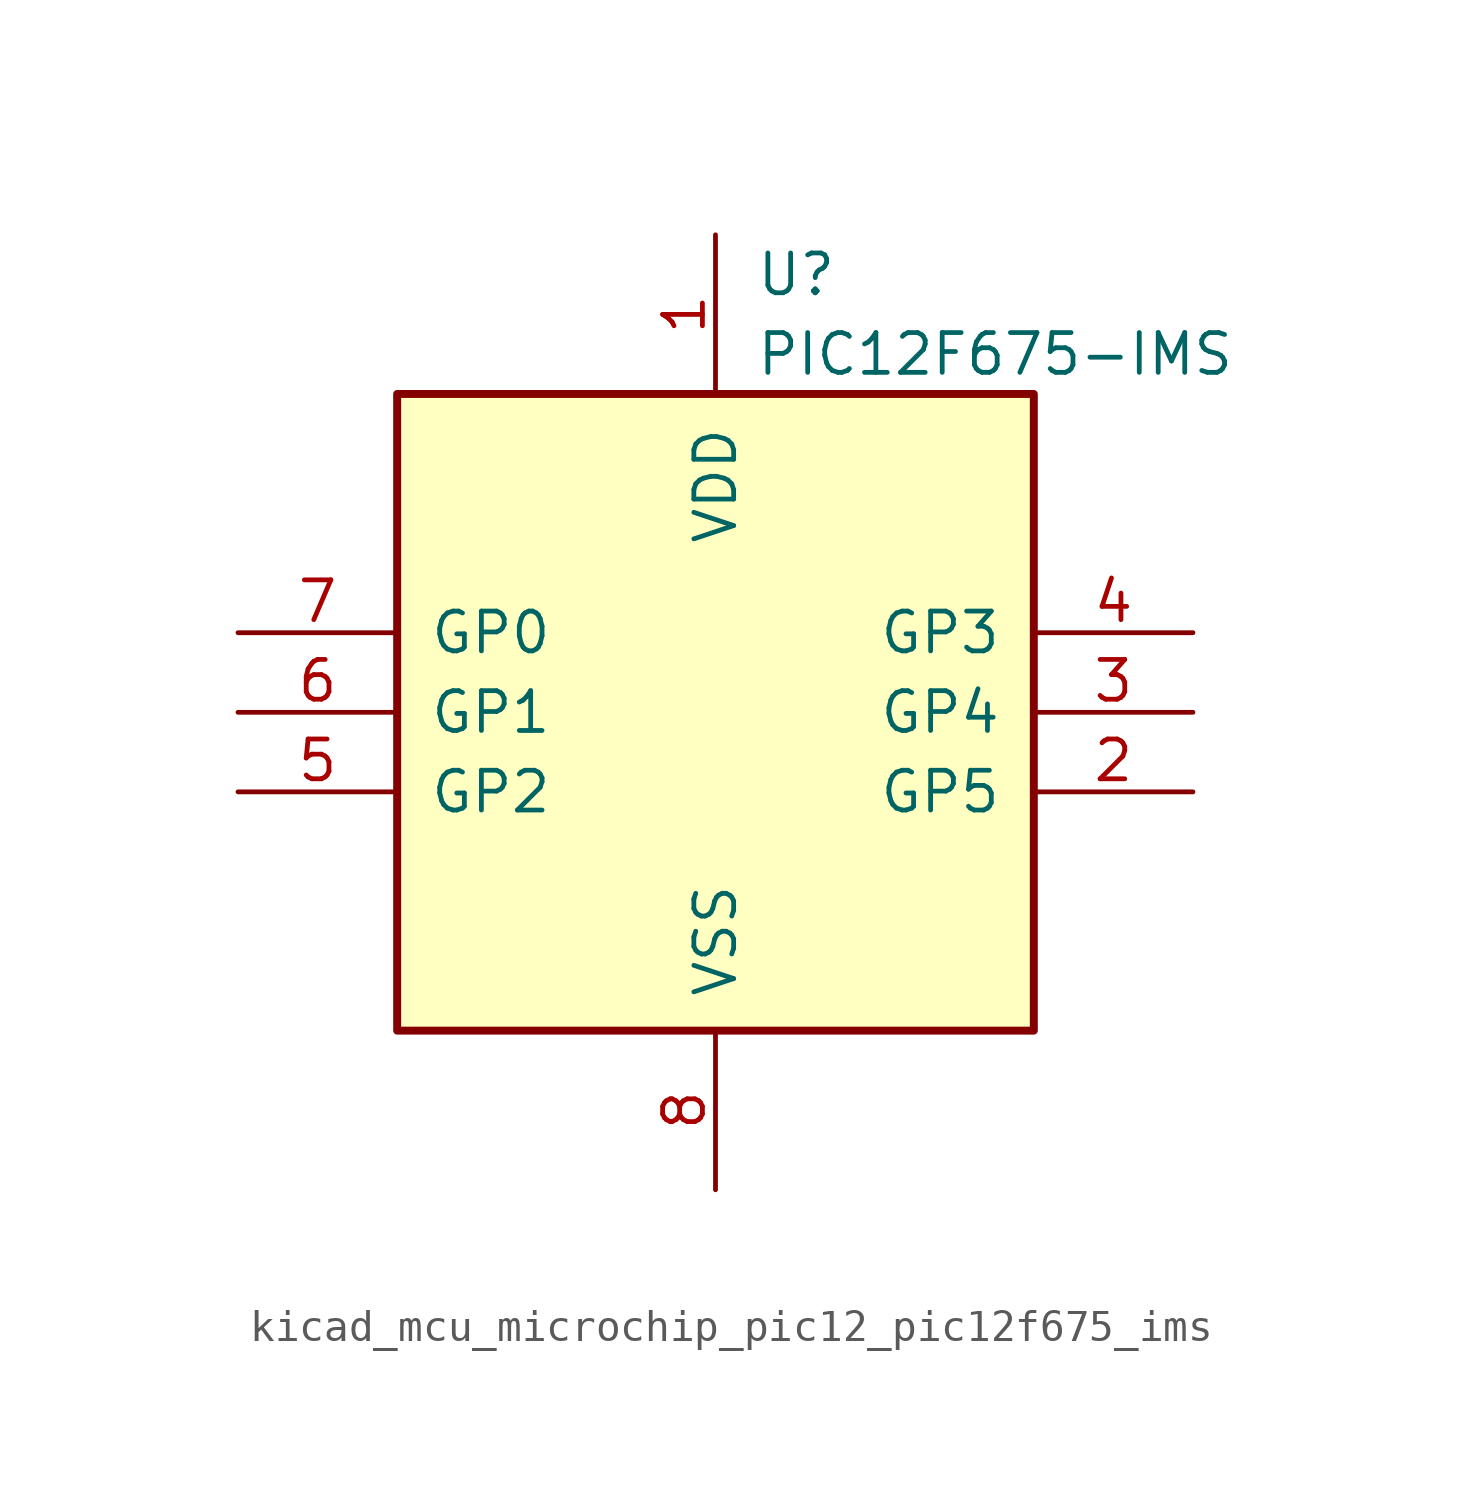
<source format=kicad_sym>
(kicad_symbol_lib
  (version 20220914)
  (generator kicad_symbol_editor)
  (symbol "kicad_mcu_microchip_pic12_pic12f675_ims"
    (pin_names
      (offset 1.016))
    (property "Reference" "U"
      (at 1.27 13.97 0)
      (effects (font (size 1.27 1.27)) (justify left)))
    (property "Value" "PIC12F675-IMS"
      (at 1.27 11.43 0)
      (effects (font (size 1.27 1.27)) (justify left)))
    (symbol "kicad_mcu_microchip_pic12_pic12f675_ims_0_1"
      (rectangle (start 10.16 -10.16) (end -10.16 10.16) (stroke (width 0.254) (type default)) (fill (type background))))
    (symbol "kicad_mcu_microchip_pic12_pic12f675_ims_1_1"
      (pin power_in line (at 0 15.24 270) (length 5.08) (name "VDD" (effects (font (size 1.27 1.27)))) (number "1" (effects (font (size 1.27 1.27)))))
      (pin bidirectional line (at 15.24 -2.54 180) (length 5.08) (name "GP5" (effects (font (size 1.27 1.27)))) (number "2" (effects (font (size 1.27 1.27)))))
      (pin bidirectional line (at 15.24 0 180) (length 5.08) (name "GP4" (effects (font (size 1.27 1.27)))) (number "3" (effects (font (size 1.27 1.27)))))
      (pin input line (at 15.24 2.54 180) (length 5.08) (name "GP3" (effects (font (size 1.27 1.27)))) (number "4" (effects (font (size 1.27 1.27)))))
      (pin bidirectional line (at -15.24 -2.54 0) (length 5.08) (name "GP2" (effects (font (size 1.27 1.27)))) (number "5" (effects (font (size 1.27 1.27)))))
      (pin bidirectional line (at -15.24 0 0) (length 5.08) (name "GP1" (effects (font (size 1.27 1.27)))) (number "6" (effects (font (size 1.27 1.27)))))
      (pin bidirectional line (at -15.24 2.54 0) (length 5.08) (name "GP0" (effects (font (size 1.27 1.27)))) (number "7" (effects (font (size 1.27 1.27)))))
      (pin power_in line (at 0 -15.24 90) (length 5.08) (name "VSS" (effects (font (size 1.27 1.27)))) (number "8" (effects (font (size 1.27 1.27))))))))
</source>
